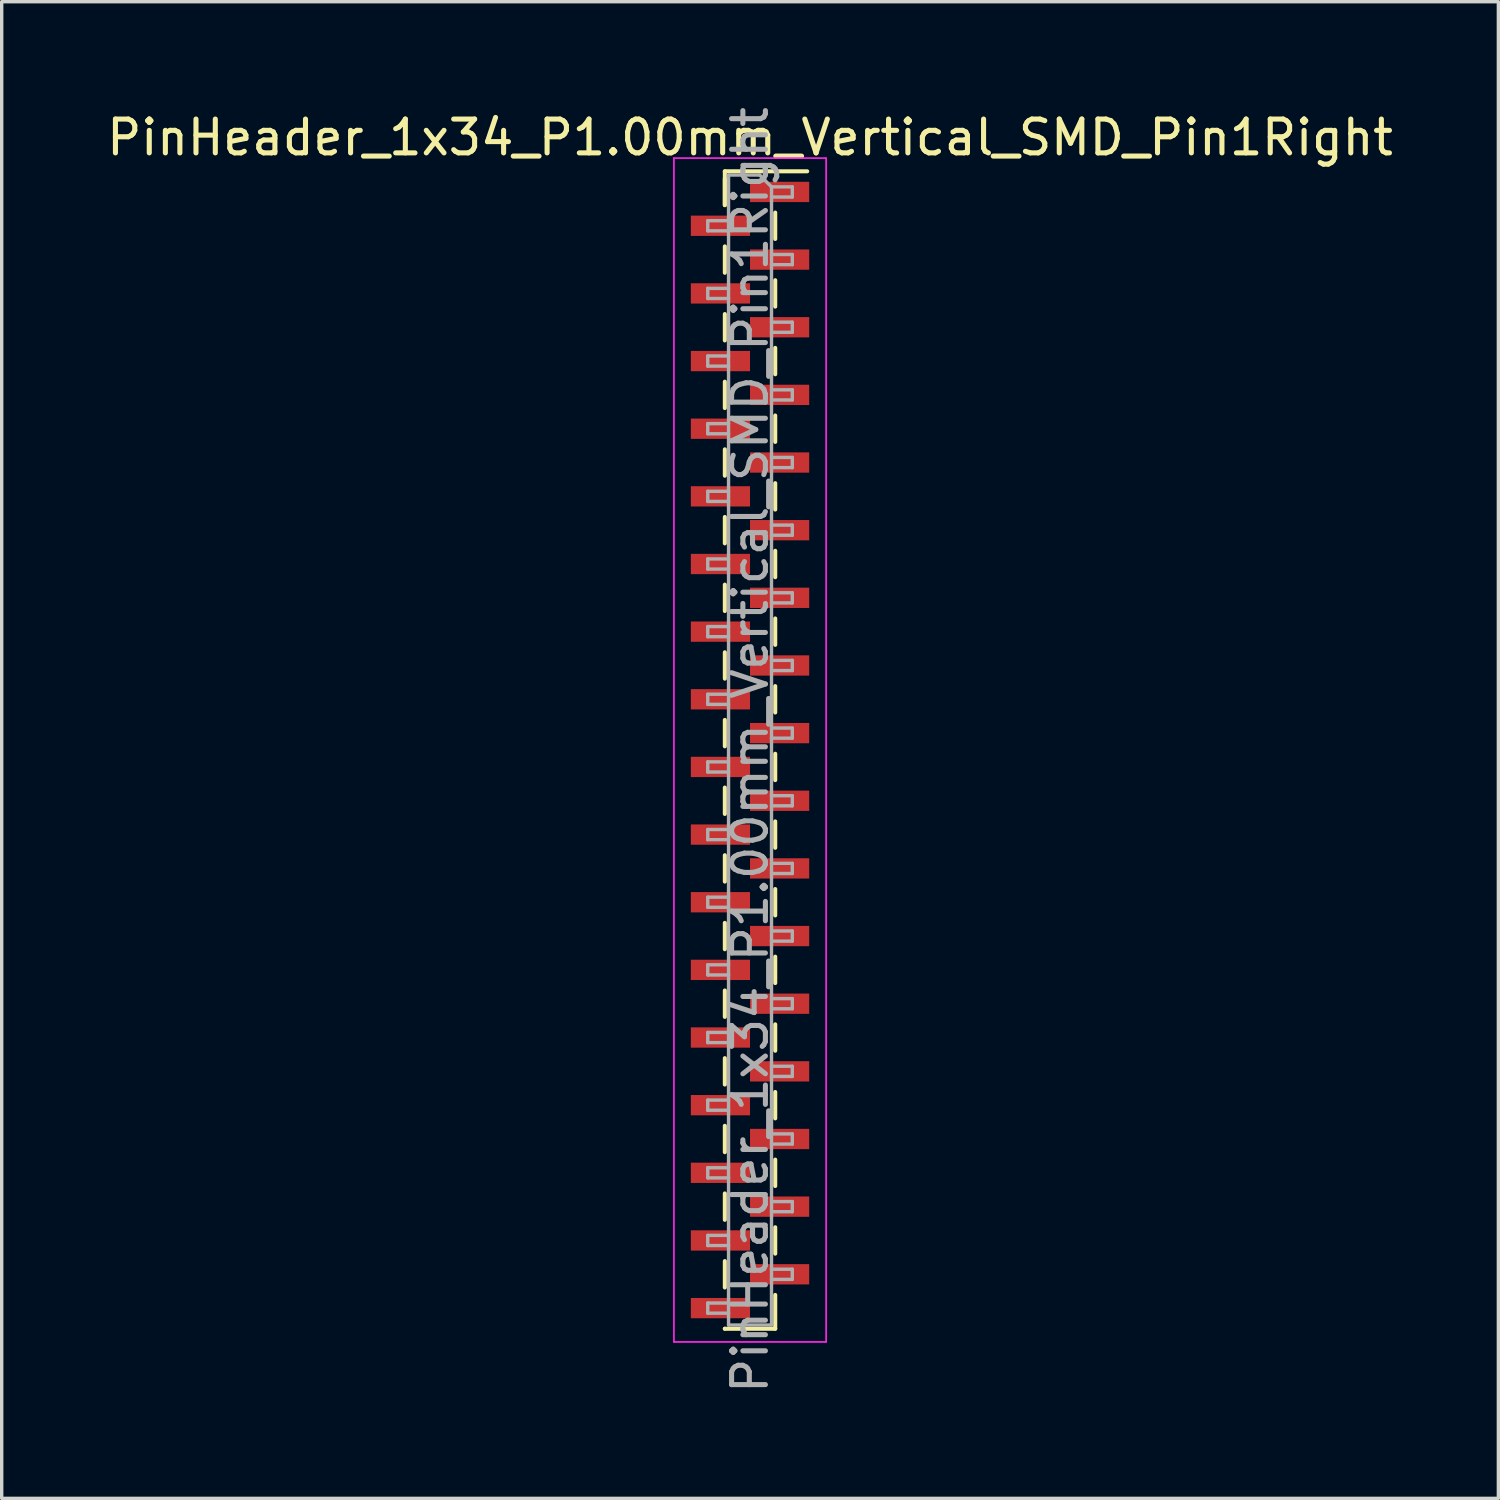
<source format=kicad_pcb>
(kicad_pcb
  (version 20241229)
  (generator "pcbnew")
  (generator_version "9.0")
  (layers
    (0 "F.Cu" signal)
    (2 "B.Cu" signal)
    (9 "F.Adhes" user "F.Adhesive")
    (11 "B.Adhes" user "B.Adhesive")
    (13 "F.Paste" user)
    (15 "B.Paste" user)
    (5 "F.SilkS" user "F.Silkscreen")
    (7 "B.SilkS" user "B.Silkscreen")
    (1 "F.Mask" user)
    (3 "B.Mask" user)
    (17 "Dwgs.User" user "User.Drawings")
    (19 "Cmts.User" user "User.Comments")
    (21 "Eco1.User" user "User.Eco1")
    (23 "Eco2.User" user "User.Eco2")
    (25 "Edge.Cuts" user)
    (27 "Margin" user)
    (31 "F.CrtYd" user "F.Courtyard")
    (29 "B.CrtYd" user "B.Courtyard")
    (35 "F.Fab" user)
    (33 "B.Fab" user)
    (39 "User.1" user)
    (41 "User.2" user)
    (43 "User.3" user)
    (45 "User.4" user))
  (footprint "PinHeader_1x34_P1.00mm_Vertical_SMD_Pin1Right"
    (layer "F.Cu")
    (at 19.125 19.125)
    (property "Reference" "PinHeader_1x34_P1.00mm_Vertical_SMD_Pin1Right" (at 0 -18.11 0) (layer "F.SilkS") (effects (font (size 1 1) (thickness 0.15))))
    (attr smd)
    (fp_line (start -0.745 -17.11) (end -0.745 -16.11) (stroke (width 0.12) (type solid)) (layer "F.SilkS"))
    (fp_line (start -0.745 -17.11) (end 0.745 -17.11) (stroke (width 0.12) (type solid)) (layer "F.SilkS"))
    (fp_line (start -0.745 -16.89) (end -0.745 -16.11) (stroke (width 0.12) (type solid)) (layer "F.SilkS"))
    (fp_line (start -0.745 -14.89) (end -0.745 -14.11) (stroke (width 0.12) (type solid)) (layer "F.SilkS"))
    (fp_line (start -0.745 -12.89) (end -0.745 -12.11) (stroke (width 0.12) (type solid)) (layer "F.SilkS"))
    (fp_line (start -0.745 -10.89) (end -0.745 -10.11) (stroke (width 0.12) (type solid)) (layer "F.SilkS"))
    (fp_line (start -0.745 -8.89) (end -0.745 -8.11) (stroke (width 0.12) (type solid)) (layer "F.SilkS"))
    (fp_line (start -0.745 -6.89) (end -0.745 -6.11) (stroke (width 0.12) (type solid)) (layer "F.SilkS"))
    (fp_line (start -0.745 -4.89) (end -0.745 -4.11) (stroke (width 0.12) (type solid)) (layer "F.SilkS"))
    (fp_line (start -0.745 -2.89) (end -0.745 -2.11) (stroke (width 0.12) (type solid)) (layer "F.SilkS"))
    (fp_line (start -0.745 -0.89) (end -0.745 -0.11) (stroke (width 0.12) (type solid)) (layer "F.SilkS"))
    (fp_line (start -0.745 1.11) (end -0.745 1.89) (stroke (width 0.12) (type solid)) (layer "F.SilkS"))
    (fp_line (start -0.745 3.11) (end -0.745 3.89) (stroke (width 0.12) (type solid)) (layer "F.SilkS"))
    (fp_line (start -0.745 5.11) (end -0.745 5.89) (stroke (width 0.12) (type solid)) (layer "F.SilkS"))
    (fp_line (start -0.745 7.11) (end -0.745 7.89) (stroke (width 0.12) (type solid)) (layer "F.SilkS"))
    (fp_line (start -0.745 9.11) (end -0.745 9.89) (stroke (width 0.12) (type solid)) (layer "F.SilkS"))
    (fp_line (start -0.745 11.11) (end -0.745 11.89) (stroke (width 0.12) (type solid)) (layer "F.SilkS"))
    (fp_line (start -0.745 13.11) (end -0.745 13.89) (stroke (width 0.12) (type solid)) (layer "F.SilkS"))
    (fp_line (start -0.745 15.11) (end -0.745 15.89) (stroke (width 0.12) (type solid)) (layer "F.SilkS"))
    (fp_line (start -0.745 17.11) (end -0.745 17.11) (stroke (width 0.12) (type solid)) (layer "F.SilkS"))
    (fp_line (start -0.745 17.11) (end 0.745 17.11) (stroke (width 0.12) (type solid)) (layer "F.SilkS"))
    (fp_line (start 0.745 -17.11) (end 0.745 -17.11) (stroke (width 0.12) (type solid)) (layer "F.SilkS"))
    (fp_line (start 0.745 -17.11) (end 1.69 -17.11) (stroke (width 0.12) (type solid)) (layer "F.SilkS"))
    (fp_line (start 0.745 -15.89) (end 0.745 -15.11) (stroke (width 0.12) (type solid)) (layer "F.SilkS"))
    (fp_line (start 0.745 -13.89) (end 0.745 -13.11) (stroke (width 0.12) (type solid)) (layer "F.SilkS"))
    (fp_line (start 0.745 -11.89) (end 0.745 -11.11) (stroke (width 0.12) (type solid)) (layer "F.SilkS"))
    (fp_line (start 0.745 -9.89) (end 0.745 -9.11) (stroke (width 0.12) (type solid)) (layer "F.SilkS"))
    (fp_line (start 0.745 -7.89) (end 0.745 -7.11) (stroke (width 0.12) (type solid)) (layer "F.SilkS"))
    (fp_line (start 0.745 -5.89) (end 0.745 -5.11) (stroke (width 0.12) (type solid)) (layer "F.SilkS"))
    (fp_line (start 0.745 -3.89) (end 0.745 -3.11) (stroke (width 0.12) (type solid)) (layer "F.SilkS"))
    (fp_line (start 0.745 -1.89) (end 0.745 -1.11) (stroke (width 0.12) (type solid)) (layer "F.SilkS"))
    (fp_line (start 0.745 0.11) (end 0.745 0.89) (stroke (width 0.12) (type solid)) (layer "F.SilkS"))
    (fp_line (start 0.745 2.11) (end 0.745 2.89) (stroke (width 0.12) (type solid)) (layer "F.SilkS"))
    (fp_line (start 0.745 4.11) (end 0.745 4.89) (stroke (width 0.12) (type solid)) (layer "F.SilkS"))
    (fp_line (start 0.745 6.11) (end 0.745 6.89) (stroke (width 0.12) (type solid)) (layer "F.SilkS"))
    (fp_line (start 0.745 8.11) (end 0.745 8.89) (stroke (width 0.12) (type solid)) (layer "F.SilkS"))
    (fp_line (start 0.745 10.11) (end 0.745 10.89) (stroke (width 0.12) (type solid)) (layer "F.SilkS"))
    (fp_line (start 0.745 12.11) (end 0.745 12.89) (stroke (width 0.12) (type solid)) (layer "F.SilkS"))
    (fp_line (start 0.745 14.11) (end 0.745 14.89) (stroke (width 0.12) (type solid)) (layer "F.SilkS"))
    (fp_line (start 0.745 16.11) (end 0.745 17.11) (stroke (width 0.12) (type solid)) (layer "F.SilkS"))
    (fp_line (start -2.25 -17.5) (end -2.25 17.5) (stroke (width 0.05) (type solid)) (layer "F.CrtYd"))
    (fp_line (start -2.25 17.5) (end 2.25 17.5) (stroke (width 0.05) (type solid)) (layer "F.CrtYd"))
    (fp_line (start 2.25 -17.5) (end -2.25 -17.5) (stroke (width 0.05) (type solid)) (layer "F.CrtYd"))
    (fp_line (start 2.25 17.5) (end 2.25 -17.5) (stroke (width 0.05) (type solid)) (layer "F.CrtYd"))
    (fp_line (start -1.25 -15.65) (end -1.25 -15.35) (stroke (width 0.1) (type solid)) (layer "F.Fab"))
    (fp_line (start -1.25 -15.35) (end -0.635 -15.35) (stroke (width 0.1) (type solid)) (layer "F.Fab"))
    (fp_line (start -1.25 -13.65) (end -1.25 -13.35) (stroke (width 0.1) (type solid)) (layer "F.Fab"))
    (fp_line (start -1.25 -13.35) (end -0.635 -13.35) (stroke (width 0.1) (type solid)) (layer "F.Fab"))
    (fp_line (start -1.25 -11.65) (end -1.25 -11.35) (stroke (width 0.1) (type solid)) (layer "F.Fab"))
    (fp_line (start -1.25 -11.35) (end -0.635 -11.35) (stroke (width 0.1) (type solid)) (layer "F.Fab"))
    (fp_line (start -1.25 -9.65) (end -1.25 -9.35) (stroke (width 0.1) (type solid)) (layer "F.Fab"))
    (fp_line (start -1.25 -9.35) (end -0.635 -9.35) (stroke (width 0.1) (type solid)) (layer "F.Fab"))
    (fp_line (start -1.25 -7.65) (end -1.25 -7.35) (stroke (width 0.1) (type solid)) (layer "F.Fab"))
    (fp_line (start -1.25 -7.35) (end -0.635 -7.35) (stroke (width 0.1) (type solid)) (layer "F.Fab"))
    (fp_line (start -1.25 -5.65) (end -1.25 -5.35) (stroke (width 0.1) (type solid)) (layer "F.Fab"))
    (fp_line (start -1.25 -5.35) (end -0.635 -5.35) (stroke (width 0.1) (type solid)) (layer "F.Fab"))
    (fp_line (start -1.25 -3.65) (end -1.25 -3.35) (stroke (width 0.1) (type solid)) (layer "F.Fab"))
    (fp_line (start -1.25 -3.35) (end -0.635 -3.35) (stroke (width 0.1) (type solid)) (layer "F.Fab"))
    (fp_line (start -1.25 -1.65) (end -1.25 -1.35) (stroke (width 0.1) (type solid)) (layer "F.Fab"))
    (fp_line (start -1.25 -1.35) (end -0.635 -1.35) (stroke (width 0.1) (type solid)) (layer "F.Fab"))
    (fp_line (start -1.25 0.35) (end -1.25 0.65) (stroke (width 0.1) (type solid)) (layer "F.Fab"))
    (fp_line (start -1.25 0.65) (end -0.635 0.65) (stroke (width 0.1) (type solid)) (layer "F.Fab"))
    (fp_line (start -1.25 2.35) (end -1.25 2.65) (stroke (width 0.1) (type solid)) (layer "F.Fab"))
    (fp_line (start -1.25 2.65) (end -0.635 2.65) (stroke (width 0.1) (type solid)) (layer "F.Fab"))
    (fp_line (start -1.25 4.35) (end -1.25 4.65) (stroke (width 0.1) (type solid)) (layer "F.Fab"))
    (fp_line (start -1.25 4.65) (end -0.635 4.65) (stroke (width 0.1) (type solid)) (layer "F.Fab"))
    (fp_line (start -1.25 6.35) (end -1.25 6.65) (stroke (width 0.1) (type solid)) (layer "F.Fab"))
    (fp_line (start -1.25 6.65) (end -0.635 6.65) (stroke (width 0.1) (type solid)) (layer "F.Fab"))
    (fp_line (start -1.25 8.35) (end -1.25 8.65) (stroke (width 0.1) (type solid)) (layer "F.Fab"))
    (fp_line (start -1.25 8.65) (end -0.635 8.65) (stroke (width 0.1) (type solid)) (layer "F.Fab"))
    (fp_line (start -1.25 10.35) (end -1.25 10.65) (stroke (width 0.1) (type solid)) (layer "F.Fab"))
    (fp_line (start -1.25 10.65) (end -0.635 10.65) (stroke (width 0.1) (type solid)) (layer "F.Fab"))
    (fp_line (start -1.25 12.35) (end -1.25 12.65) (stroke (width 0.1) (type solid)) (layer "F.Fab"))
    (fp_line (start -1.25 12.65) (end -0.635 12.65) (stroke (width 0.1) (type solid)) (layer "F.Fab"))
    (fp_line (start -1.25 14.35) (end -1.25 14.65) (stroke (width 0.1) (type solid)) (layer "F.Fab"))
    (fp_line (start -1.25 14.65) (end -0.635 14.65) (stroke (width 0.1) (type solid)) (layer "F.Fab"))
    (fp_line (start -1.25 16.35) (end -1.25 16.65) (stroke (width 0.1) (type solid)) (layer "F.Fab"))
    (fp_line (start -1.25 16.65) (end -0.635 16.65) (stroke (width 0.1) (type solid)) (layer "F.Fab"))
    (fp_line (start -0.635 -17) (end -0.635 17) (stroke (width 0.1) (type solid)) (layer "F.Fab"))
    (fp_line (start -0.635 -17) (end 0.285 -17) (stroke (width 0.1) (type solid)) (layer "F.Fab"))
    (fp_line (start -0.635 -15.65) (end -1.25 -15.65) (stroke (width 0.1) (type solid)) (layer "F.Fab"))
    (fp_line (start -0.635 -13.65) (end -1.25 -13.65) (stroke (width 0.1) (type solid)) (layer "F.Fab"))
    (fp_line (start -0.635 -11.65) (end -1.25 -11.65) (stroke (width 0.1) (type solid)) (layer "F.Fab"))
    (fp_line (start -0.635 -9.65) (end -1.25 -9.65) (stroke (width 0.1) (type solid)) (layer "F.Fab"))
    (fp_line (start -0.635 -7.65) (end -1.25 -7.65) (stroke (width 0.1) (type solid)) (layer "F.Fab"))
    (fp_line (start -0.635 -5.65) (end -1.25 -5.65) (stroke (width 0.1) (type solid)) (layer "F.Fab"))
    (fp_line (start -0.635 -3.65) (end -1.25 -3.65) (stroke (width 0.1) (type solid)) (layer "F.Fab"))
    (fp_line (start -0.635 -1.65) (end -1.25 -1.65) (stroke (width 0.1) (type solid)) (layer "F.Fab"))
    (fp_line (start -0.635 0.35) (end -1.25 0.35) (stroke (width 0.1) (type solid)) (layer "F.Fab"))
    (fp_line (start -0.635 2.35) (end -1.25 2.35) (stroke (width 0.1) (type solid)) (layer "F.Fab"))
    (fp_line (start -0.635 4.35) (end -1.25 4.35) (stroke (width 0.1) (type solid)) (layer "F.Fab"))
    (fp_line (start -0.635 6.35) (end -1.25 6.35) (stroke (width 0.1) (type solid)) (layer "F.Fab"))
    (fp_line (start -0.635 8.35) (end -1.25 8.35) (stroke (width 0.1) (type solid)) (layer "F.Fab"))
    (fp_line (start -0.635 10.35) (end -1.25 10.35) (stroke (width 0.1) (type solid)) (layer "F.Fab"))
    (fp_line (start -0.635 12.35) (end -1.25 12.35) (stroke (width 0.1) (type solid)) (layer "F.Fab"))
    (fp_line (start -0.635 14.35) (end -1.25 14.35) (stroke (width 0.1) (type solid)) (layer "F.Fab"))
    (fp_line (start -0.635 16.35) (end -1.25 16.35) (stroke (width 0.1) (type solid)) (layer "F.Fab"))
    (fp_line (start 0.635 -16.65) (end 0.285 -17) (stroke (width 0.1) (type solid)) (layer "F.Fab"))
    (fp_line (start 0.635 -16.65) (end 1.25 -16.65) (stroke (width 0.1) (type solid)) (layer "F.Fab"))
    (fp_line (start 0.635 -14.65) (end 1.25 -14.65) (stroke (width 0.1) (type solid)) (layer "F.Fab"))
    (fp_line (start 0.635 -12.65) (end 1.25 -12.65) (stroke (width 0.1) (type solid)) (layer "F.Fab"))
    (fp_line (start 0.635 -10.65) (end 1.25 -10.65) (stroke (width 0.1) (type solid)) (layer "F.Fab"))
    (fp_line (start 0.635 -8.65) (end 1.25 -8.65) (stroke (width 0.1) (type solid)) (layer "F.Fab"))
    (fp_line (start 0.635 -6.65) (end 1.25 -6.65) (stroke (width 0.1) (type solid)) (layer "F.Fab"))
    (fp_line (start 0.635 -4.65) (end 1.25 -4.65) (stroke (width 0.1) (type solid)) (layer "F.Fab"))
    (fp_line (start 0.635 -2.65) (end 1.25 -2.65) (stroke (width 0.1) (type solid)) (layer "F.Fab"))
    (fp_line (start 0.635 -0.65) (end 1.25 -0.65) (stroke (width 0.1) (type solid)) (layer "F.Fab"))
    (fp_line (start 0.635 1.35) (end 1.25 1.35) (stroke (width 0.1) (type solid)) (layer "F.Fab"))
    (fp_line (start 0.635 3.35) (end 1.25 3.35) (stroke (width 0.1) (type solid)) (layer "F.Fab"))
    (fp_line (start 0.635 5.35) (end 1.25 5.35) (stroke (width 0.1) (type solid)) (layer "F.Fab"))
    (fp_line (start 0.635 7.35) (end 1.25 7.35) (stroke (width 0.1) (type solid)) (layer "F.Fab"))
    (fp_line (start 0.635 9.35) (end 1.25 9.35) (stroke (width 0.1) (type solid)) (layer "F.Fab"))
    (fp_line (start 0.635 11.35) (end 1.25 11.35) (stroke (width 0.1) (type solid)) (layer "F.Fab"))
    (fp_line (start 0.635 13.35) (end 1.25 13.35) (stroke (width 0.1) (type solid)) (layer "F.Fab"))
    (fp_line (start 0.635 15.35) (end 1.25 15.35) (stroke (width 0.1) (type solid)) (layer "F.Fab"))
    (fp_line (start 0.635 17) (end -0.635 17) (stroke (width 0.1) (type solid)) (layer "F.Fab"))
    (fp_line (start 0.635 17) (end 0.635 -16.65) (stroke (width 0.1) (type solid)) (layer "F.Fab"))
    (fp_line (start 1.25 -16.65) (end 1.25 -16.35) (stroke (width 0.1) (type solid)) (layer "F.Fab"))
    (fp_line (start 1.25 -16.35) (end 0.635 -16.35) (stroke (width 0.1) (type solid)) (layer "F.Fab"))
    (fp_line (start 1.25 -14.65) (end 1.25 -14.35) (stroke (width 0.1) (type solid)) (layer "F.Fab"))
    (fp_line (start 1.25 -14.35) (end 0.635 -14.35) (stroke (width 0.1) (type solid)) (layer "F.Fab"))
    (fp_line (start 1.25 -12.65) (end 1.25 -12.35) (stroke (width 0.1) (type solid)) (layer "F.Fab"))
    (fp_line (start 1.25 -12.35) (end 0.635 -12.35) (stroke (width 0.1) (type solid)) (layer "F.Fab"))
    (fp_line (start 1.25 -10.65) (end 1.25 -10.35) (stroke (width 0.1) (type solid)) (layer "F.Fab"))
    (fp_line (start 1.25 -10.35) (end 0.635 -10.35) (stroke (width 0.1) (type solid)) (layer "F.Fab"))
    (fp_line (start 1.25 -8.65) (end 1.25 -8.35) (stroke (width 0.1) (type solid)) (layer "F.Fab"))
    (fp_line (start 1.25 -8.35) (end 0.635 -8.35) (stroke (width 0.1) (type solid)) (layer "F.Fab"))
    (fp_line (start 1.25 -6.65) (end 1.25 -6.35) (stroke (width 0.1) (type solid)) (layer "F.Fab"))
    (fp_line (start 1.25 -6.35) (end 0.635 -6.35) (stroke (width 0.1) (type solid)) (layer "F.Fab"))
    (fp_line (start 1.25 -4.65) (end 1.25 -4.35) (stroke (width 0.1) (type solid)) (layer "F.Fab"))
    (fp_line (start 1.25 -4.35) (end 0.635 -4.35) (stroke (width 0.1) (type solid)) (layer "F.Fab"))
    (fp_line (start 1.25 -2.65) (end 1.25 -2.35) (stroke (width 0.1) (type solid)) (layer "F.Fab"))
    (fp_line (start 1.25 -2.35) (end 0.635 -2.35) (stroke (width 0.1) (type solid)) (layer "F.Fab"))
    (fp_line (start 1.25 -0.65) (end 1.25 -0.35) (stroke (width 0.1) (type solid)) (layer "F.Fab"))
    (fp_line (start 1.25 -0.35) (end 0.635 -0.35) (stroke (width 0.1) (type solid)) (layer "F.Fab"))
    (fp_line (start 1.25 1.35) (end 1.25 1.65) (stroke (width 0.1) (type solid)) (layer "F.Fab"))
    (fp_line (start 1.25 1.65) (end 0.635 1.65) (stroke (width 0.1) (type solid)) (layer "F.Fab"))
    (fp_line (start 1.25 3.35) (end 1.25 3.65) (stroke (width 0.1) (type solid)) (layer "F.Fab"))
    (fp_line (start 1.25 3.65) (end 0.635 3.65) (stroke (width 0.1) (type solid)) (layer "F.Fab"))
    (fp_line (start 1.25 5.35) (end 1.25 5.65) (stroke (width 0.1) (type solid)) (layer "F.Fab"))
    (fp_line (start 1.25 5.65) (end 0.635 5.65) (stroke (width 0.1) (type solid)) (layer "F.Fab"))
    (fp_line (start 1.25 7.35) (end 1.25 7.65) (stroke (width 0.1) (type solid)) (layer "F.Fab"))
    (fp_line (start 1.25 7.65) (end 0.635 7.65) (stroke (width 0.1) (type solid)) (layer "F.Fab"))
    (fp_line (start 1.25 9.35) (end 1.25 9.65) (stroke (width 0.1) (type solid)) (layer "F.Fab"))
    (fp_line (start 1.25 9.65) (end 0.635 9.65) (stroke (width 0.1) (type solid)) (layer "F.Fab"))
    (fp_line (start 1.25 11.35) (end 1.25 11.65) (stroke (width 0.1) (type solid)) (layer "F.Fab"))
    (fp_line (start 1.25 11.65) (end 0.635 11.65) (stroke (width 0.1) (type solid)) (layer "F.Fab"))
    (fp_line (start 1.25 13.35) (end 1.25 13.65) (stroke (width 0.1) (type solid)) (layer "F.Fab"))
    (fp_line (start 1.25 13.65) (end 0.635 13.65) (stroke (width 0.1) (type solid)) (layer "F.Fab"))
    (fp_line (start 1.25 15.35) (end 1.25 15.65) (stroke (width 0.1) (type solid)) (layer "F.Fab"))
    (fp_line (start 1.25 15.65) (end 0.635 15.65) (stroke (width 0.1) (type solid)) (layer "F.Fab"))
    (fp_text user "${REFERENCE}" (at 0 0 90) (layer "F.Fab") (effects (font (size 1 1) (thickness 0.15))))
    (pad "1" smd rect (at 0.875 -16.5) (size 1.75 0.6) (layers "F.Cu" "F.Mask" "F.Paste"))
    (pad "2" smd rect (at -0.875 -15.5) (size 1.75 0.6) (layers "F.Cu" "F.Mask" "F.Paste"))
    (pad "3" smd rect (at 0.875 -14.5) (size 1.75 0.6) (layers "F.Cu" "F.Mask" "F.Paste"))
    (pad "4" smd rect (at -0.875 -13.5) (size 1.75 0.6) (layers "F.Cu" "F.Mask" "F.Paste"))
    (pad "5" smd rect (at 0.875 -12.5) (size 1.75 0.6) (layers "F.Cu" "F.Mask" "F.Paste"))
    (pad "6" smd rect (at -0.875 -11.5) (size 1.75 0.6) (layers "F.Cu" "F.Mask" "F.Paste"))
    (pad "7" smd rect (at 0.875 -10.5) (size 1.75 0.6) (layers "F.Cu" "F.Mask" "F.Paste"))
    (pad "8" smd rect (at -0.875 -9.5) (size 1.75 0.6) (layers "F.Cu" "F.Mask" "F.Paste"))
    (pad "9" smd rect (at 0.875 -8.5) (size 1.75 0.6) (layers "F.Cu" "F.Mask" "F.Paste"))
    (pad "10" smd rect (at -0.875 -7.5) (size 1.75 0.6) (layers "F.Cu" "F.Mask" "F.Paste"))
    (pad "11" smd rect (at 0.875 -6.5) (size 1.75 0.6) (layers "F.Cu" "F.Mask" "F.Paste"))
    (pad "12" smd rect (at -0.875 -5.5) (size 1.75 0.6) (layers "F.Cu" "F.Mask" "F.Paste"))
    (pad "13" smd rect (at 0.875 -4.5) (size 1.75 0.6) (layers "F.Cu" "F.Mask" "F.Paste"))
    (pad "14" smd rect (at -0.875 -3.5) (size 1.75 0.6) (layers "F.Cu" "F.Mask" "F.Paste"))
    (pad "15" smd rect (at 0.875 -2.5) (size 1.75 0.6) (layers "F.Cu" "F.Mask" "F.Paste"))
    (pad "16" smd rect (at -0.875 -1.5) (size 1.75 0.6) (layers "F.Cu" "F.Mask" "F.Paste"))
    (pad "17" smd rect (at 0.875 -0.5) (size 1.75 0.6) (layers "F.Cu" "F.Mask" "F.Paste"))
    (pad "18" smd rect (at -0.875 0.5) (size 1.75 0.6) (layers "F.Cu" "F.Mask" "F.Paste"))
    (pad "19" smd rect (at 0.875 1.5) (size 1.75 0.6) (layers "F.Cu" "F.Mask" "F.Paste"))
    (pad "20" smd rect (at -0.875 2.5) (size 1.75 0.6) (layers "F.Cu" "F.Mask" "F.Paste"))
    (pad "21" smd rect (at 0.875 3.5) (size 1.75 0.6) (layers "F.Cu" "F.Mask" "F.Paste"))
    (pad "22" smd rect (at -0.875 4.5) (size 1.75 0.6) (layers "F.Cu" "F.Mask" "F.Paste"))
    (pad "23" smd rect (at 0.875 5.5) (size 1.75 0.6) (layers "F.Cu" "F.Mask" "F.Paste"))
    (pad "24" smd rect (at -0.875 6.5) (size 1.75 0.6) (layers "F.Cu" "F.Mask" "F.Paste"))
    (pad "25" smd rect (at 0.875 7.5) (size 1.75 0.6) (layers "F.Cu" "F.Mask" "F.Paste"))
    (pad "26" smd rect (at -0.875 8.5) (size 1.75 0.6) (layers "F.Cu" "F.Mask" "F.Paste"))
    (pad "27" smd rect (at 0.875 9.5) (size 1.75 0.6) (layers "F.Cu" "F.Mask" "F.Paste"))
    (pad "28" smd rect (at -0.875 10.5) (size 1.75 0.6) (layers "F.Cu" "F.Mask" "F.Paste"))
    (pad "29" smd rect (at 0.875 11.5) (size 1.75 0.6) (layers "F.Cu" "F.Mask" "F.Paste"))
    (pad "30" smd rect (at -0.875 12.5) (size 1.75 0.6) (layers "F.Cu" "F.Mask" "F.Paste"))
    (pad "31" smd rect (at 0.875 13.5) (size 1.75 0.6) (layers "F.Cu" "F.Mask" "F.Paste"))
    (pad "32" smd rect (at -0.875 14.5) (size 1.75 0.6) (layers "F.Cu" "F.Mask" "F.Paste"))
    (pad "33" smd rect (at 0.875 15.5) (size 1.75 0.6) (layers "F.Cu" "F.Mask" "F.Paste"))
    (pad "34" smd rect (at -0.875 16.5) (size 1.75 0.6) (layers "F.Cu" "F.Mask" "F.Paste")))
  (gr_rect
    (start -3 -3)
    (end 41.25 41.25)
    (stroke (width 0.1) (type default))
    (fill no)
    (layer "Edge.Cuts")))
</source>
